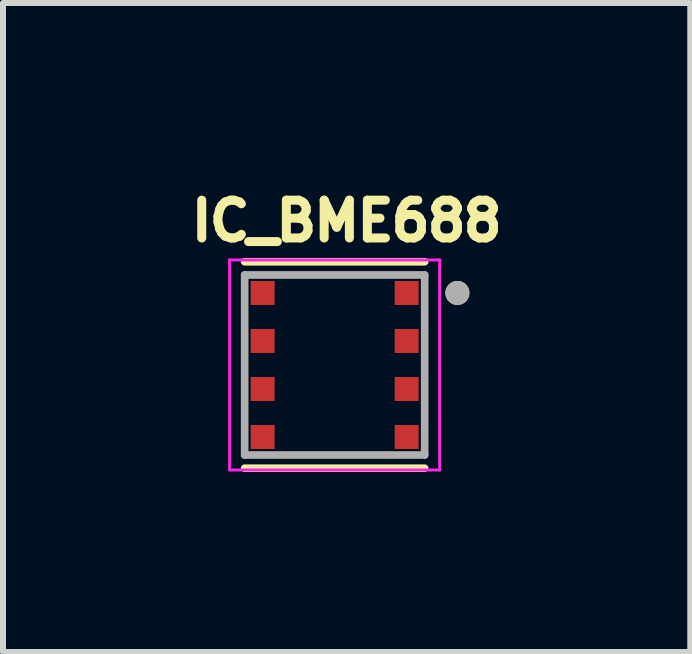
<source format=kicad_pcb>
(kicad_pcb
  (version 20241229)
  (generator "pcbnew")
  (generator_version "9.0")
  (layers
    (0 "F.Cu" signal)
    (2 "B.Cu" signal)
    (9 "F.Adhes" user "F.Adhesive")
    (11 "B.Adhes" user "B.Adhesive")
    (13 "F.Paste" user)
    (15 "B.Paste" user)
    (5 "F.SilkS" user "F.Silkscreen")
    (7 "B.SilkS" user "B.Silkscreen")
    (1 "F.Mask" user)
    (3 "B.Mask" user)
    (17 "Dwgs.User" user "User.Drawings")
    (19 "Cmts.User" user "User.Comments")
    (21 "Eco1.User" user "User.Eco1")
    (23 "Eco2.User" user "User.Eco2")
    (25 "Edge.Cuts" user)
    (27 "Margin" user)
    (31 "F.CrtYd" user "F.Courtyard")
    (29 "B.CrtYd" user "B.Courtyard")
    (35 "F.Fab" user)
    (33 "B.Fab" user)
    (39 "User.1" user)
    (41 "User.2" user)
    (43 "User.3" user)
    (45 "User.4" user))
  (footprint "IC_BME688"
    (layer "F.Cu")
    (at 2.527 3.032)
    (property "Reference" "IC_BME688" (at 0.2 -2.4 0) (layer "F.SilkS") (effects (font (size 0.63 0.63) (thickness 0.15))))
    (attr through_hole)
    (fp_line (start -1.5 1.72) (end 1.5 1.72) (stroke (width 0.127) (type solid)) (layer "F.SilkS"))
    (fp_line (start 1.5 -1.72) (end -1.5 -1.72) (stroke (width 0.127) (type solid)) (layer "F.SilkS"))
    (fp_circle (center 2.045 -1.2) (end 2.145 -1.2) (stroke (width 0.2) (type solid)) (fill no) (layer "F.SilkS"))
    (fp_line (start -1.75 -1.75) (end 1.75 -1.75) (stroke (width 0.05) (type solid)) (layer "F.CrtYd"))
    (fp_line (start -1.75 1.75) (end -1.75 -1.75) (stroke (width 0.05) (type solid)) (layer "F.CrtYd"))
    (fp_line (start 1.75 -1.75) (end 1.75 1.75) (stroke (width 0.05) (type solid)) (layer "F.CrtYd"))
    (fp_line (start 1.75 1.75) (end -1.75 1.75) (stroke (width 0.05) (type solid)) (layer "F.CrtYd"))
    (fp_line (start -1.5 -1.5) (end -1.5 1.5) (stroke (width 0.127) (type solid)) (layer "F.Fab"))
    (fp_line (start -1.5 1.5) (end 1.5 1.5) (stroke (width 0.127) (type solid)) (layer "F.Fab"))
    (fp_line (start 1.5 -1.5) (end -1.5 -1.5) (stroke (width 0.127) (type solid)) (layer "F.Fab"))
    (fp_line (start 1.5 1.5) (end 1.5 -1.5) (stroke (width 0.127) (type solid)) (layer "F.Fab"))
    (fp_circle (center 2.045 -1.2) (end 2.145 -1.2) (stroke (width 0.2) (type solid)) (fill no) (layer "F.Fab"))
    (pad "1" smd rect (at 1.2 -1.2) (size 0.4 0.4) (layers "F.Cu" "F.Mask" "F.Paste"))
    (pad "2" smd rect (at 1.2 -0.4) (size 0.4 0.4) (layers "F.Cu" "F.Mask" "F.Paste"))
    (pad "3" smd rect (at 1.2 0.4) (size 0.4 0.4) (layers "F.Cu" "F.Mask" "F.Paste"))
    (pad "4" smd rect (at 1.2 1.2) (size 0.4 0.4) (layers "F.Cu" "F.Mask" "F.Paste"))
    (pad "5" smd rect (at -1.2 1.2) (size 0.4 0.4) (layers "F.Cu" "F.Mask" "F.Paste"))
    (pad "6" smd rect (at -1.2 0.4) (size 0.4 0.4) (layers "F.Cu" "F.Mask" "F.Paste"))
    (pad "7" smd rect (at -1.2 -0.4) (size 0.4 0.4) (layers "F.Cu" "F.Mask" "F.Paste"))
    (pad "8" smd rect (at -1.2 -1.2) (size 0.4 0.4) (layers "F.Cu" "F.Mask" "F.Paste")))
  (gr_rect
    (start -3 -3)
    (end 8.453 7.815)
    (stroke (width 0.1) (type default))
    (fill no)
    (layer "Edge.Cuts")))
</source>
